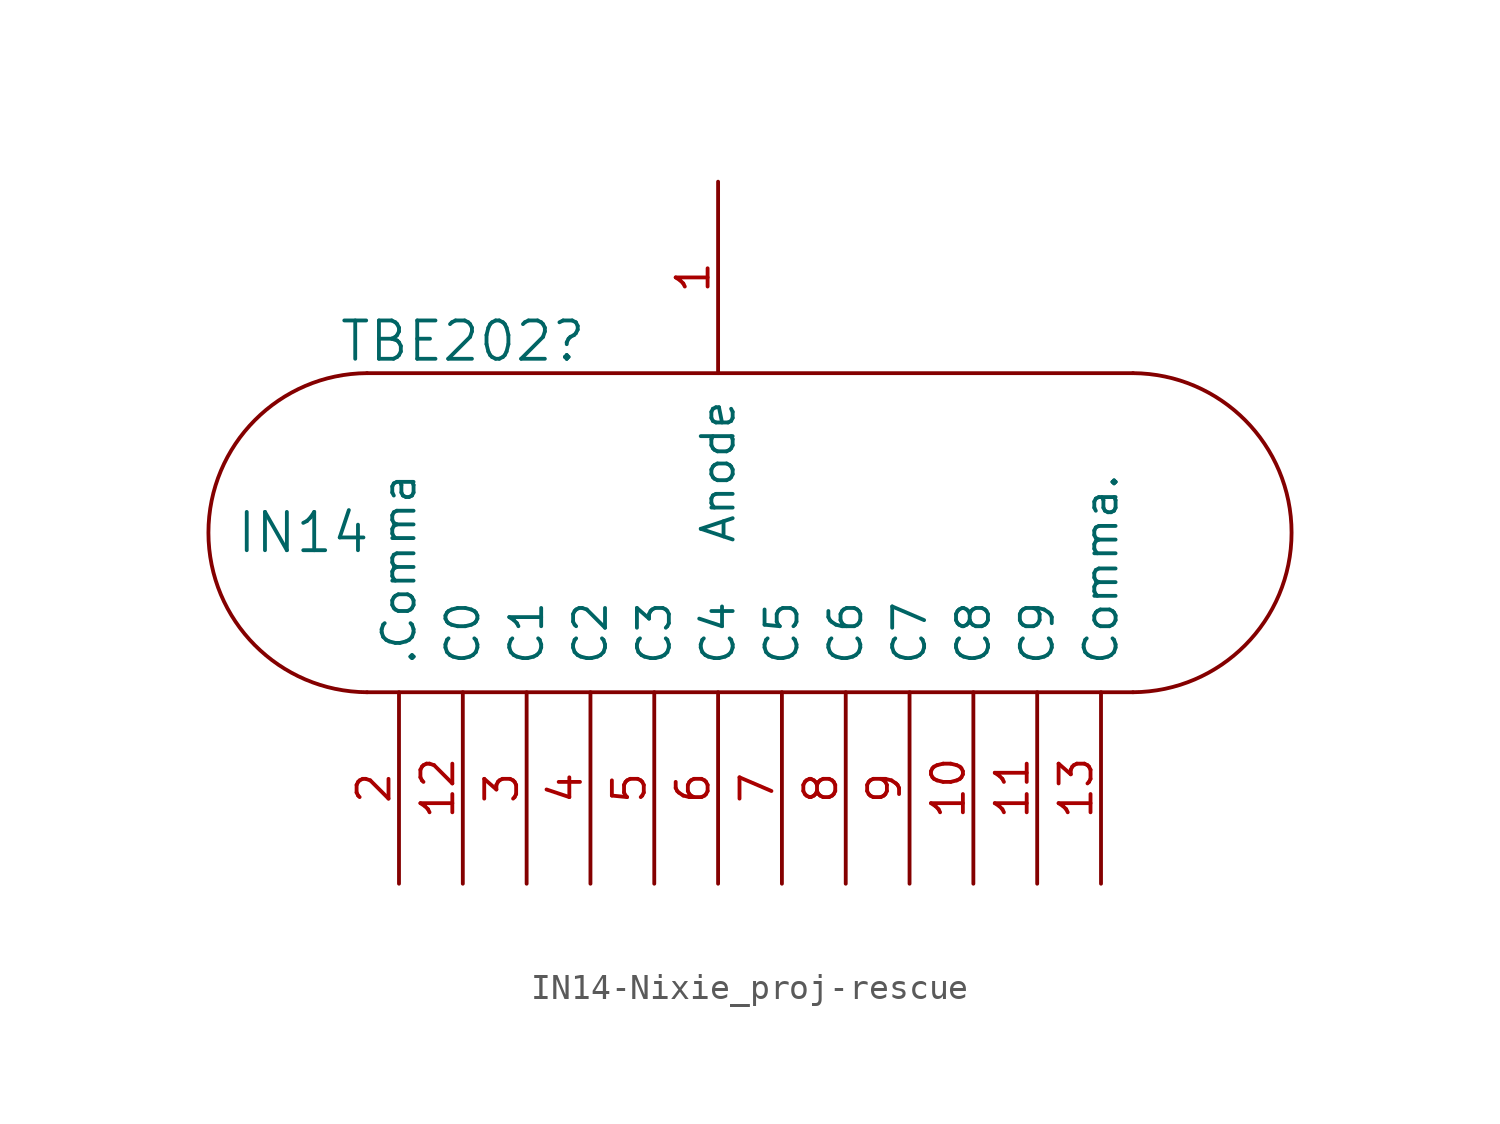
<source format=kicad_sym>
(kicad_symbol_lib
  (version 20220914)
  (generator kicad_symbol_editor)
  (symbol "IN14-Nixie_proj-rescue"
    (pin_names
      (offset 1.016))
    (property "Reference" "TBE202"
      (at -2.54 0 0)
      (effects (font (size 1.524 1.524))))
    (property "Value" "IN14"
      (at -8.89 -7.62 0)
      (effects (font (size 1.524 1.524))))
    (property "Datasheet" ""
      (at -2.54 0 0)
      (effects (font (size 1.524 1.524))))
    (symbol "IN14-Nixie_proj-rescue_0_1"
      (arc (start -6.35 -1.27) (mid -12.6724 -7.62) (end -6.35 -13.97) (stroke (width 0) (type solid)) (fill (type none)))
      (polyline (pts (xy -6.35 -13.97) (xy 24.13 -13.97)) (stroke (width 0) (type solid)) (fill (type none)))
      (polyline (pts (xy 24.13 -1.27) (xy -6.35 -1.27)) (stroke (width 0) (type solid)) (fill (type none)))
      (arc (start 24.13 -13.97) (mid 30.4524 -7.62) (end 24.13 -1.27) (stroke (width 0) (type solid)) (fill (type none))))
    (symbol "IN14-Nixie_proj-rescue_1_1"
      (pin input line (at 7.62 6.35 270) (length 7.62) (name "Anode" (effects (font (size 1.27 1.27)))) (number "1" (effects (font (size 1.27 1.27)))))
      (pin passive line (at 17.78 -21.59 90) (length 7.62) (name "C8" (effects (font (size 1.27 1.27)))) (number "10" (effects (font (size 1.27 1.27)))))
      (pin passive line (at 20.32 -21.59 90) (length 7.62) (name "C9" (effects (font (size 1.27 1.27)))) (number "11" (effects (font (size 1.27 1.27)))))
      (pin passive line (at -2.54 -21.59 90) (length 7.62) (name "C0" (effects (font (size 1.27 1.27)))) (number "12" (effects (font (size 1.27 1.27)))))
      (pin passive line (at 22.86 -21.59 90) (length 7.62) (name "Comma." (effects (font (size 1.27 1.27)))) (number "13" (effects (font (size 1.27 1.27)))))
      (pin passive line (at -5.08 -21.59 90) (length 7.62) (name ".Comma" (effects (font (size 1.27 1.27)))) (number "2" (effects (font (size 1.27 1.27)))))
      (pin passive line (at 0 -21.59 90) (length 7.62) (name "C1" (effects (font (size 1.27 1.27)))) (number "3" (effects (font (size 1.27 1.27)))))
      (pin passive line (at 2.54 -21.59 90) (length 7.62) (name "C2" (effects (font (size 1.27 1.27)))) (number "4" (effects (font (size 1.27 1.27)))))
      (pin passive line (at 5.08 -21.59 90) (length 7.62) (name "C3" (effects (font (size 1.27 1.27)))) (number "5" (effects (font (size 1.27 1.27)))))
      (pin passive line (at 7.62 -21.59 90) (length 7.62) (name "C4" (effects (font (size 1.27 1.27)))) (number "6" (effects (font (size 1.27 1.27)))))
      (pin passive line (at 10.16 -21.59 90) (length 7.62) (name "C5" (effects (font (size 1.27 1.27)))) (number "7" (effects (font (size 1.27 1.27)))))
      (pin passive line (at 12.7 -21.59 90) (length 7.62) (name "C6" (effects (font (size 1.27 1.27)))) (number "8" (effects (font (size 1.27 1.27)))))
      (pin passive line (at 15.24 -21.59 90) (length 7.62) (name "C7" (effects (font (size 1.27 1.27)))) (number "9" (effects (font (size 1.27 1.27))))))))
</source>
